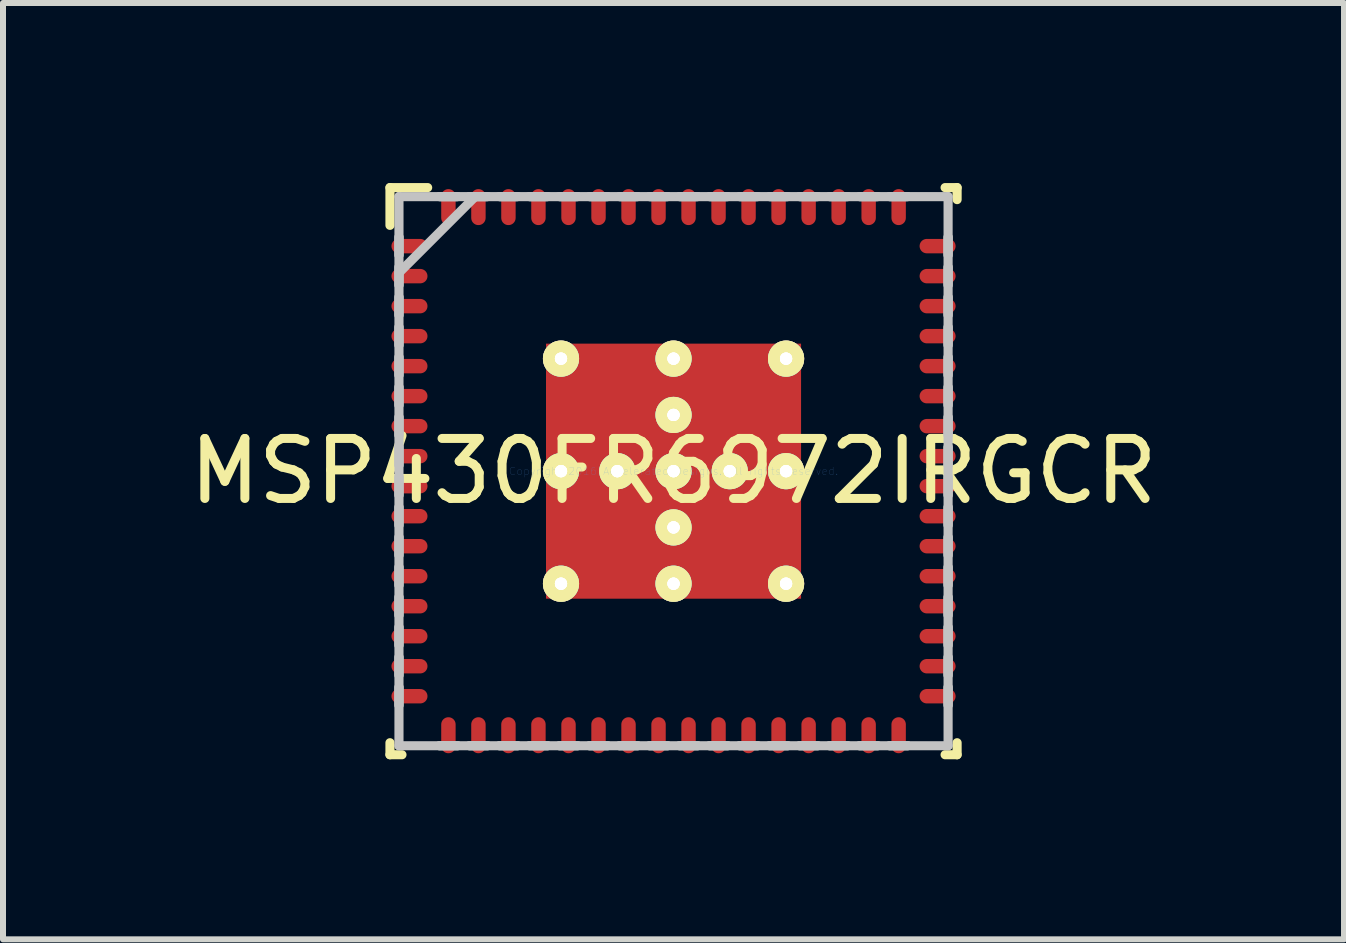
<source format=kicad_pcb>
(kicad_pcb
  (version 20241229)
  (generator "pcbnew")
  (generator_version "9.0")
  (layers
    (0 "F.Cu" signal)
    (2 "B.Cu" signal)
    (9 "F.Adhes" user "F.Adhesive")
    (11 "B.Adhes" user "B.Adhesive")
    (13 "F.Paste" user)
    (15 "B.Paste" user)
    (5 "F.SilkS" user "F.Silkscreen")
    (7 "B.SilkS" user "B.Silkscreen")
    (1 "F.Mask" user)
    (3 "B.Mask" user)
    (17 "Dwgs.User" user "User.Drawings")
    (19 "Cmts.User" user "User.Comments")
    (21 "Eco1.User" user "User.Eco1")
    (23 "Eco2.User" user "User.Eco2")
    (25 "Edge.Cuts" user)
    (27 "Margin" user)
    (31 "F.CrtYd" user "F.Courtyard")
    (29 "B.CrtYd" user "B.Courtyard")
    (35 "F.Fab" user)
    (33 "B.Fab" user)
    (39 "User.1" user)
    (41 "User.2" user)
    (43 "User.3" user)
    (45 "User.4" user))
  (footprint "MSP430FR6972IRGCR"
    (layer "F.Cu")
    (at 8.173 4.801)
    (property "Reference" "MSP430FR6972IRGCR" (at 0 0 0) (layer "F.SilkS") (effects (font (size 1 1) (thickness 0.15))))
    (attr through_hole)
    (fp_line (start -4.725 -4.725) (end -4.097 -4.725) (stroke (width 0.152) (type solid)) (layer "F.SilkS"))
    (fp_line (start -4.725 -4.096) (end -4.725 -4.725) (stroke (width 0.152) (type solid)) (layer "F.SilkS"))
    (fp_line (start -4.725 4.725) (end -4.725 4.525) (stroke (width 0.152) (type solid)) (layer "F.SilkS"))
    (fp_line (start -4.725 4.725) (end -4.525 4.725) (stroke (width 0.152) (type solid)) (layer "F.SilkS"))
    (fp_line (start 4.525 -4.725) (end 4.725 -4.725) (stroke (width 0.152) (type solid)) (layer "F.SilkS"))
    (fp_line (start 4.525 4.725) (end 4.725 4.725) (stroke (width 0.152) (type solid)) (layer "F.SilkS"))
    (fp_line (start 4.725 -4.525) (end 4.725 -4.725) (stroke (width 0.152) (type solid)) (layer "F.SilkS"))
    (fp_line (start 4.725 4.725) (end 4.725 4.525) (stroke (width 0.152) (type solid)) (layer "F.SilkS"))
    (fp_line (start -4.575 -4.575) (end 4.575 -4.575) (stroke (width 0.152) (type solid)) (layer "Dwgs.User"))
    (fp_line (start -4.575 -3.6) (end -4.575 -3.9) (stroke (width 0.152) (type solid)) (layer "Dwgs.User"))
    (fp_line (start -4.575 -3.6) (end -4.575 -3.9) (stroke (width 0.152) (type solid)) (layer "Dwgs.User"))
    (fp_line (start -4.575 -3.305) (end -3.305 -4.575) (stroke (width 0.152) (type solid)) (layer "Dwgs.User"))
    (fp_line (start -4.575 -3.1) (end -4.575 -3.4) (stroke (width 0.152) (type solid)) (layer "Dwgs.User"))
    (fp_line (start -4.575 -3.1) (end -4.575 -3.4) (stroke (width 0.152) (type solid)) (layer "Dwgs.User"))
    (fp_line (start -4.575 -2.6) (end -4.575 -2.9) (stroke (width 0.152) (type solid)) (layer "Dwgs.User"))
    (fp_line (start -4.575 -2.6) (end -4.575 -2.9) (stroke (width 0.152) (type solid)) (layer "Dwgs.User"))
    (fp_line (start -4.575 -2.1) (end -4.575 -2.4) (stroke (width 0.152) (type solid)) (layer "Dwgs.User"))
    (fp_line (start -4.575 -2.1) (end -4.575 -2.4) (stroke (width 0.152) (type solid)) (layer "Dwgs.User"))
    (fp_line (start -4.575 -1.6) (end -4.575 -1.9) (stroke (width 0.152) (type solid)) (layer "Dwgs.User"))
    (fp_line (start -4.575 -1.6) (end -4.575 -1.9) (stroke (width 0.152) (type solid)) (layer "Dwgs.User"))
    (fp_line (start -4.575 -1.1) (end -4.575 -1.4) (stroke (width 0.152) (type solid)) (layer "Dwgs.User"))
    (fp_line (start -4.575 -1.1) (end -4.575 -1.4) (stroke (width 0.152) (type solid)) (layer "Dwgs.User"))
    (fp_line (start -4.575 -0.6) (end -4.575 -0.9) (stroke (width 0.152) (type solid)) (layer "Dwgs.User"))
    (fp_line (start -4.575 -0.6) (end -4.575 -0.9) (stroke (width 0.152) (type solid)) (layer "Dwgs.User"))
    (fp_line (start -4.575 -0.1) (end -4.575 -0.4) (stroke (width 0.152) (type solid)) (layer "Dwgs.User"))
    (fp_line (start -4.575 -0.1) (end -4.575 -0.4) (stroke (width 0.152) (type solid)) (layer "Dwgs.User"))
    (fp_line (start -4.575 0.4) (end -4.575 0.1) (stroke (width 0.152) (type solid)) (layer "Dwgs.User"))
    (fp_line (start -4.575 0.4) (end -4.575 0.1) (stroke (width 0.152) (type solid)) (layer "Dwgs.User"))
    (fp_line (start -4.575 0.9) (end -4.575 0.6) (stroke (width 0.152) (type solid)) (layer "Dwgs.User"))
    (fp_line (start -4.575 0.9) (end -4.575 0.6) (stroke (width 0.152) (type solid)) (layer "Dwgs.User"))
    (fp_line (start -4.575 1.4) (end -4.575 1.1) (stroke (width 0.152) (type solid)) (layer "Dwgs.User"))
    (fp_line (start -4.575 1.4) (end -4.575 1.1) (stroke (width 0.152) (type solid)) (layer "Dwgs.User"))
    (fp_line (start -4.575 1.9) (end -4.575 1.6) (stroke (width 0.152) (type solid)) (layer "Dwgs.User"))
    (fp_line (start -4.575 1.9) (end -4.575 1.6) (stroke (width 0.152) (type solid)) (layer "Dwgs.User"))
    (fp_line (start -4.575 2.4) (end -4.575 2.1) (stroke (width 0.152) (type solid)) (layer "Dwgs.User"))
    (fp_line (start -4.575 2.4) (end -4.575 2.1) (stroke (width 0.152) (type solid)) (layer "Dwgs.User"))
    (fp_line (start -4.575 2.9) (end -4.575 2.6) (stroke (width 0.152) (type solid)) (layer "Dwgs.User"))
    (fp_line (start -4.575 2.9) (end -4.575 2.6) (stroke (width 0.152) (type solid)) (layer "Dwgs.User"))
    (fp_line (start -4.575 3.4) (end -4.575 3.1) (stroke (width 0.152) (type solid)) (layer "Dwgs.User"))
    (fp_line (start -4.575 3.4) (end -4.575 3.1) (stroke (width 0.152) (type solid)) (layer "Dwgs.User"))
    (fp_line (start -4.575 3.9) (end -4.575 3.6) (stroke (width 0.152) (type solid)) (layer "Dwgs.User"))
    (fp_line (start -4.575 3.9) (end -4.575 3.6) (stroke (width 0.152) (type solid)) (layer "Dwgs.User"))
    (fp_line (start -4.575 4.575) (end -4.575 -4.575) (stroke (width 0.152) (type solid)) (layer "Dwgs.User"))
    (fp_line (start -4.575 4.575) (end 4.575 4.575) (stroke (width 0.152) (type solid)) (layer "Dwgs.User"))
    (fp_line (start -3.9 -4.575) (end -3.6 -4.575) (stroke (width 0.152) (type solid)) (layer "Dwgs.User"))
    (fp_line (start -3.9 -4.575) (end -3.6 -4.575) (stroke (width 0.152) (type solid)) (layer "Dwgs.User"))
    (fp_line (start -3.9 4.575) (end -3.6 4.575) (stroke (width 0.152) (type solid)) (layer "Dwgs.User"))
    (fp_line (start -3.9 4.575) (end -3.6 4.575) (stroke (width 0.152) (type solid)) (layer "Dwgs.User"))
    (fp_line (start -3.4 -4.575) (end -3.1 -4.575) (stroke (width 0.152) (type solid)) (layer "Dwgs.User"))
    (fp_line (start -3.4 -4.575) (end -3.1 -4.575) (stroke (width 0.152) (type solid)) (layer "Dwgs.User"))
    (fp_line (start -3.4 4.575) (end -3.1 4.575) (stroke (width 0.152) (type solid)) (layer "Dwgs.User"))
    (fp_line (start -3.4 4.575) (end -3.1 4.575) (stroke (width 0.152) (type solid)) (layer "Dwgs.User"))
    (fp_line (start -2.9 -4.575) (end -2.6 -4.575) (stroke (width 0.152) (type solid)) (layer "Dwgs.User"))
    (fp_line (start -2.9 -4.575) (end -2.6 -4.575) (stroke (width 0.152) (type solid)) (layer "Dwgs.User"))
    (fp_line (start -2.9 4.575) (end -2.6 4.575) (stroke (width 0.152) (type solid)) (layer "Dwgs.User"))
    (fp_line (start -2.9 4.575) (end -2.6 4.575) (stroke (width 0.152) (type solid)) (layer "Dwgs.User"))
    (fp_line (start -2.4 -4.575) (end -2.1 -4.575) (stroke (width 0.152) (type solid)) (layer "Dwgs.User"))
    (fp_line (start -2.4 -4.575) (end -2.1 -4.575) (stroke (width 0.152) (type solid)) (layer "Dwgs.User"))
    (fp_line (start -2.4 4.575) (end -2.1 4.575) (stroke (width 0.152) (type solid)) (layer "Dwgs.User"))
    (fp_line (start -2.4 4.575) (end -2.1 4.575) (stroke (width 0.152) (type solid)) (layer "Dwgs.User"))
    (fp_line (start -1.9 4.575) (end -1.6 4.575) (stroke (width 0.152) (type solid)) (layer "Dwgs.User"))
    (fp_line (start -1.9 4.575) (end -1.6 4.575) (stroke (width 0.152) (type solid)) (layer "Dwgs.User"))
    (fp_line (start -1.9 -4.575) (end -1.6 -4.575) (stroke (width 0.152) (type solid)) (layer "Dwgs.User"))
    (fp_line (start -1.9 -4.575) (end -1.6 -4.575) (stroke (width 0.152) (type solid)) (layer "Dwgs.User"))
    (fp_line (start -1.4 -4.575) (end -1.1 -4.575) (stroke (width 0.152) (type solid)) (layer "Dwgs.User"))
    (fp_line (start -1.4 -4.575) (end -1.1 -4.575) (stroke (width 0.152) (type solid)) (layer "Dwgs.User"))
    (fp_line (start -1.4 4.575) (end -1.1 4.575) (stroke (width 0.152) (type solid)) (layer "Dwgs.User"))
    (fp_line (start -1.4 4.575) (end -1.1 4.575) (stroke (width 0.152) (type solid)) (layer "Dwgs.User"))
    (fp_line (start -0.9 -4.575) (end -0.6 -4.575) (stroke (width 0.152) (type solid)) (layer "Dwgs.User"))
    (fp_line (start -0.9 -4.575) (end -0.6 -4.575) (stroke (width 0.152) (type solid)) (layer "Dwgs.User"))
    (fp_line (start -0.9 4.575) (end -0.6 4.575) (stroke (width 0.152) (type solid)) (layer "Dwgs.User"))
    (fp_line (start -0.9 4.575) (end -0.6 4.575) (stroke (width 0.152) (type solid)) (layer "Dwgs.User"))
    (fp_line (start -0.4 -4.575) (end -0.1 -4.575) (stroke (width 0.152) (type solid)) (layer "Dwgs.User"))
    (fp_line (start -0.4 -4.575) (end -0.1 -4.575) (stroke (width 0.152) (type solid)) (layer "Dwgs.User"))
    (fp_line (start -0.4 4.575) (end -0.1 4.575) (stroke (width 0.152) (type solid)) (layer "Dwgs.User"))
    (fp_line (start -0.4 4.575) (end -0.1 4.575) (stroke (width 0.152) (type solid)) (layer "Dwgs.User"))
    (fp_line (start 0.1 -4.575) (end 0.4 -4.575) (stroke (width 0.152) (type solid)) (layer "Dwgs.User"))
    (fp_line (start 0.1 -4.575) (end 0.4 -4.575) (stroke (width 0.152) (type solid)) (layer "Dwgs.User"))
    (fp_line (start 0.1 4.575) (end 0.4 4.575) (stroke (width 0.152) (type solid)) (layer "Dwgs.User"))
    (fp_line (start 0.1 4.575) (end 0.4 4.575) (stroke (width 0.152) (type solid)) (layer "Dwgs.User"))
    (fp_line (start 0.6 4.575) (end 0.9 4.575) (stroke (width 0.152) (type solid)) (layer "Dwgs.User"))
    (fp_line (start 0.6 4.575) (end 0.9 4.575) (stroke (width 0.152) (type solid)) (layer "Dwgs.User"))
    (fp_line (start 0.6 -4.575) (end 0.9 -4.575) (stroke (width 0.152) (type solid)) (layer "Dwgs.User"))
    (fp_line (start 0.6 -4.575) (end 0.9 -4.575) (stroke (width 0.152) (type solid)) (layer "Dwgs.User"))
    (fp_line (start 1.1 -4.575) (end 1.4 -4.575) (stroke (width 0.152) (type solid)) (layer "Dwgs.User"))
    (fp_line (start 1.1 -4.575) (end 1.4 -4.575) (stroke (width 0.152) (type solid)) (layer "Dwgs.User"))
    (fp_line (start 1.1 4.575) (end 1.4 4.575) (stroke (width 0.152) (type solid)) (layer "Dwgs.User"))
    (fp_line (start 1.1 4.575) (end 1.4 4.575) (stroke (width 0.152) (type solid)) (layer "Dwgs.User"))
    (fp_line (start 1.6 -4.575) (end 1.9 -4.575) (stroke (width 0.152) (type solid)) (layer "Dwgs.User"))
    (fp_line (start 1.6 -4.575) (end 1.9 -4.575) (stroke (width 0.152) (type solid)) (layer "Dwgs.User"))
    (fp_line (start 1.6 4.575) (end 1.9 4.575) (stroke (width 0.152) (type solid)) (layer "Dwgs.User"))
    (fp_line (start 1.6 4.575) (end 1.9 4.575) (stroke (width 0.152) (type solid)) (layer "Dwgs.User"))
    (fp_line (start 2.1 -4.575) (end 2.4 -4.575) (stroke (width 0.152) (type solid)) (layer "Dwgs.User"))
    (fp_line (start 2.1 -4.575) (end 2.4 -4.575) (stroke (width 0.152) (type solid)) (layer "Dwgs.User"))
    (fp_line (start 2.1 4.575) (end 2.4 4.575) (stroke (width 0.152) (type solid)) (layer "Dwgs.User"))
    (fp_line (start 2.1 4.575) (end 2.4 4.575) (stroke (width 0.152) (type solid)) (layer "Dwgs.User"))
    (fp_line (start 2.6 -4.575) (end 2.9 -4.575) (stroke (width 0.152) (type solid)) (layer "Dwgs.User"))
    (fp_line (start 2.6 -4.575) (end 2.9 -4.575) (stroke (width 0.152) (type solid)) (layer "Dwgs.User"))
    (fp_line (start 2.6 4.575) (end 2.9 4.575) (stroke (width 0.152) (type solid)) (layer "Dwgs.User"))
    (fp_line (start 2.6 4.575) (end 2.9 4.575) (stroke (width 0.152) (type solid)) (layer "Dwgs.User"))
    (fp_line (start 3.1 4.575) (end 3.4 4.575) (stroke (width 0.152) (type solid)) (layer "Dwgs.User"))
    (fp_line (start 3.1 4.575) (end 3.4 4.575) (stroke (width 0.152) (type solid)) (layer "Dwgs.User"))
    (fp_line (start 3.1 -4.575) (end 3.4 -4.575) (stroke (width 0.152) (type solid)) (layer "Dwgs.User"))
    (fp_line (start 3.1 -4.575) (end 3.4 -4.575) (stroke (width 0.152) (type solid)) (layer "Dwgs.User"))
    (fp_line (start 3.6 -4.575) (end 3.9 -4.575) (stroke (width 0.152) (type solid)) (layer "Dwgs.User"))
    (fp_line (start 3.6 -4.575) (end 3.9 -4.575) (stroke (width 0.152) (type solid)) (layer "Dwgs.User"))
    (fp_line (start 3.6 4.575) (end 3.9 4.575) (stroke (width 0.152) (type solid)) (layer "Dwgs.User"))
    (fp_line (start 3.6 4.575) (end 3.9 4.575) (stroke (width 0.152) (type solid)) (layer "Dwgs.User"))
    (fp_line (start 4.575 -3.6) (end 4.575 -3.9) (stroke (width 0.152) (type solid)) (layer "Dwgs.User"))
    (fp_line (start 4.575 -3.6) (end 4.575 -3.9) (stroke (width 0.152) (type solid)) (layer "Dwgs.User"))
    (fp_line (start 4.575 -3.1) (end 4.575 -3.4) (stroke (width 0.152) (type solid)) (layer "Dwgs.User"))
    (fp_line (start 4.575 -3.1) (end 4.575 -3.4) (stroke (width 0.152) (type solid)) (layer "Dwgs.User"))
    (fp_line (start 4.575 -2.6) (end 4.575 -2.9) (stroke (width 0.152) (type solid)) (layer "Dwgs.User"))
    (fp_line (start 4.575 -2.6) (end 4.575 -2.9) (stroke (width 0.152) (type solid)) (layer "Dwgs.User"))
    (fp_line (start 4.575 -2.1) (end 4.575 -2.4) (stroke (width 0.152) (type solid)) (layer "Dwgs.User"))
    (fp_line (start 4.575 -2.1) (end 4.575 -2.4) (stroke (width 0.152) (type solid)) (layer "Dwgs.User"))
    (fp_line (start 4.575 -1.6) (end 4.575 -1.9) (stroke (width 0.152) (type solid)) (layer "Dwgs.User"))
    (fp_line (start 4.575 -1.6) (end 4.575 -1.9) (stroke (width 0.152) (type solid)) (layer "Dwgs.User"))
    (fp_line (start 4.575 -1.1) (end 4.575 -1.4) (stroke (width 0.152) (type solid)) (layer "Dwgs.User"))
    (fp_line (start 4.575 -1.1) (end 4.575 -1.4) (stroke (width 0.152) (type solid)) (layer "Dwgs.User"))
    (fp_line (start 4.575 -0.6) (end 4.575 -0.9) (stroke (width 0.152) (type solid)) (layer "Dwgs.User"))
    (fp_line (start 4.575 -0.6) (end 4.575 -0.9) (stroke (width 0.152) (type solid)) (layer "Dwgs.User"))
    (fp_line (start 4.575 -0.1) (end 4.575 -0.4) (stroke (width 0.152) (type solid)) (layer "Dwgs.User"))
    (fp_line (start 4.575 -0.1) (end 4.575 -0.4) (stroke (width 0.152) (type solid)) (layer "Dwgs.User"))
    (fp_line (start 4.575 0.4) (end 4.575 0.1) (stroke (width 0.152) (type solid)) (layer "Dwgs.User"))
    (fp_line (start 4.575 0.4) (end 4.575 0.1) (stroke (width 0.152) (type solid)) (layer "Dwgs.User"))
    (fp_line (start 4.575 0.9) (end 4.575 0.6) (stroke (width 0.152) (type solid)) (layer "Dwgs.User"))
    (fp_line (start 4.575 0.9) (end 4.575 0.6) (stroke (width 0.152) (type solid)) (layer "Dwgs.User"))
    (fp_line (start 4.575 1.4) (end 4.575 1.1) (stroke (width 0.152) (type solid)) (layer "Dwgs.User"))
    (fp_line (start 4.575 1.4) (end 4.575 1.1) (stroke (width 0.152) (type solid)) (layer "Dwgs.User"))
    (fp_line (start 4.575 1.9) (end 4.575 1.6) (stroke (width 0.152) (type solid)) (layer "Dwgs.User"))
    (fp_line (start 4.575 1.9) (end 4.575 1.6) (stroke (width 0.152) (type solid)) (layer "Dwgs.User"))
    (fp_line (start 4.575 2.4) (end 4.575 2.1) (stroke (width 0.152) (type solid)) (layer "Dwgs.User"))
    (fp_line (start 4.575 2.4) (end 4.575 2.1) (stroke (width 0.152) (type solid)) (layer "Dwgs.User"))
    (fp_line (start 4.575 2.9) (end 4.575 2.6) (stroke (width 0.152) (type solid)) (layer "Dwgs.User"))
    (fp_line (start 4.575 2.9) (end 4.575 2.6) (stroke (width 0.152) (type solid)) (layer "Dwgs.User"))
    (fp_line (start 4.575 3.4) (end 4.575 3.1) (stroke (width 0.152) (type solid)) (layer "Dwgs.User"))
    (fp_line (start 4.575 3.4) (end 4.575 3.1) (stroke (width 0.152) (type solid)) (layer "Dwgs.User"))
    (fp_line (start 4.575 3.9) (end 4.575 3.6) (stroke (width 0.152) (type solid)) (layer "Dwgs.User"))
    (fp_line (start 4.575 3.9) (end 4.575 3.6) (stroke (width 0.152) (type solid)) (layer "Dwgs.User"))
    (fp_line (start 4.575 4.575) (end 4.575 -4.575) (stroke (width 0.152) (type solid)) (layer "Dwgs.User"))
    (fp_text user "Copyright 2016 Accelerated Designs. All rights reserved." (at 0 0 0) (layer "Cmts.User") (effects (font (size 0.127 0.127) (thickness 0.002))))
    (pad "" smd oval (at -4.4 -3.75 90) (size 0.24 0.6) (layers "F.Paste"))
    (pad "" smd oval (at -4.4 -3.75 90) (size 0.38 0.74) (layers "F.Mask"))
    (pad "" smd oval (at -4.4 -3.25 90) (size 0.24 0.6) (layers "F.Paste"))
    (pad "" smd oval (at -4.4 -3.25 90) (size 0.38 0.74) (layers "F.Mask"))
    (pad "" smd oval (at -4.4 -2.75 90) (size 0.24 0.6) (layers "F.Paste"))
    (pad "" smd oval (at -4.4 -2.75 90) (size 0.38 0.74) (layers "F.Mask"))
    (pad "" smd oval (at -4.4 -2.25 90) (size 0.24 0.6) (layers "F.Paste"))
    (pad "" smd oval (at -4.4 -2.25 90) (size 0.38 0.74) (layers "F.Mask"))
    (pad "" smd oval (at -4.4 -1.75 90) (size 0.24 0.6) (layers "F.Paste"))
    (pad "" smd oval (at -4.4 -1.75 90) (size 0.38 0.74) (layers "F.Mask"))
    (pad "" smd oval (at -4.4 -1.25 90) (size 0.24 0.6) (layers "F.Paste"))
    (pad "" smd oval (at -4.4 -1.25 90) (size 0.38 0.74) (layers "F.Mask"))
    (pad "" smd oval (at -4.4 -0.75 90) (size 0.24 0.6) (layers "F.Paste"))
    (pad "" smd oval (at -4.4 -0.75 90) (size 0.38 0.74) (layers "F.Mask"))
    (pad "" smd oval (at -4.4 -0.25 90) (size 0.24 0.6) (layers "F.Paste"))
    (pad "" smd oval (at -4.4 -0.25 90) (size 0.38 0.74) (layers "F.Mask"))
    (pad "" smd oval (at -4.4 0.25 90) (size 0.24 0.6) (layers "F.Paste"))
    (pad "" smd oval (at -4.4 0.25 90) (size 0.38 0.74) (layers "F.Mask"))
    (pad "" smd oval (at -4.4 0.75 90) (size 0.24 0.6) (layers "F.Paste"))
    (pad "" smd oval (at -4.4 0.75 90) (size 0.38 0.74) (layers "F.Mask"))
    (pad "" smd oval (at -4.4 1.25 90) (size 0.24 0.6) (layers "F.Paste"))
    (pad "" smd oval (at -4.4 1.25 90) (size 0.38 0.74) (layers "F.Mask"))
    (pad "" smd oval (at -4.4 1.75 90) (size 0.24 0.6) (layers "F.Paste"))
    (pad "" smd oval (at -4.4 1.75 90) (size 0.38 0.74) (layers "F.Mask"))
    (pad "" smd oval (at -4.4 2.25 90) (size 0.24 0.6) (layers "F.Paste"))
    (pad "" smd oval (at -4.4 2.25 90) (size 0.38 0.74) (layers "F.Mask"))
    (pad "" smd oval (at -4.4 2.75 90) (size 0.24 0.6) (layers "F.Paste"))
    (pad "" smd oval (at -4.4 2.75 90) (size 0.38 0.74) (layers "F.Mask"))
    (pad "" smd oval (at -4.4 3.25 90) (size 0.24 0.6) (layers "F.Paste"))
    (pad "" smd oval (at -4.4 3.25 90) (size 0.38 0.74) (layers "F.Mask"))
    (pad "" smd oval (at -4.4 3.75 90) (size 0.24 0.6) (layers "F.Paste"))
    (pad "" smd oval (at -4.4 3.75 90) (size 0.38 0.74) (layers "F.Mask"))
    (pad "" smd oval (at -3.751 -4.4) (size 0.24 0.6) (layers "F.Paste"))
    (pad "" smd oval (at -3.751 -4.4) (size 0.38 0.74) (layers "F.Mask"))
    (pad "" smd oval (at -3.751 4.4) (size 0.24 0.6) (layers "F.Paste"))
    (pad "" smd oval (at -3.751 4.4) (size 0.38 0.74) (layers "F.Mask"))
    (pad "" smd oval (at -3.251 -4.4) (size 0.24 0.6) (layers "F.Paste"))
    (pad "" smd oval (at -3.251 -4.4) (size 0.38 0.74) (layers "F.Mask"))
    (pad "" smd oval (at -3.251 4.4) (size 0.24 0.6) (layers "F.Paste"))
    (pad "" smd oval (at -3.251 4.4) (size 0.38 0.74) (layers "F.Mask"))
    (pad "" smd oval (at -2.751 -4.4) (size 0.24 0.6) (layers "F.Paste"))
    (pad "" smd oval (at -2.751 -4.4) (size 0.38 0.74) (layers "F.Mask"))
    (pad "" smd oval (at -2.751 4.4) (size 0.24 0.6) (layers "F.Paste"))
    (pad "" smd oval (at -2.751 4.4) (size 0.38 0.74) (layers "F.Mask"))
    (pad "" smd oval (at -2.251 -4.4) (size 0.24 0.6) (layers "F.Paste"))
    (pad "" smd oval (at -2.251 -4.4) (size 0.38 0.74) (layers "F.Mask"))
    (pad "" smd oval (at -2.251 4.4) (size 0.24 0.6) (layers "F.Paste"))
    (pad "" smd oval (at -2.251 4.4) (size 0.38 0.74) (layers "F.Mask"))
    (pad "" thru_hole circle (at -1.875 -1.875) (size 0.602 0.602) (drill 0.203) (layers "*.Mask" "F.SilkS"))
    (pad "" thru_hole circle (at -1.875 -1.875) (size 0.602 0.602) (drill 0.203) (layers "*.Mask" "F.SilkS"))
    (pad "" thru_hole circle (at -1.875 0) (size 0.602 0.602) (drill 0.203) (layers "*.Mask" "F.SilkS"))
    (pad "" thru_hole circle (at -1.875 0) (size 0.602 0.602) (drill 0.203) (layers "*.Mask" "F.SilkS"))
    (pad "" thru_hole circle (at -1.875 1.875) (size 0.602 0.602) (drill 0.203) (layers "*.Mask" "F.SilkS"))
    (pad "" thru_hole circle (at -1.875 1.875) (size 0.602 0.602) (drill 0.203) (layers "*.Mask" "F.SilkS"))
    (pad "" smd oval (at -1.75 -4.4) (size 0.24 0.6) (layers "F.Paste"))
    (pad "" smd oval (at -1.75 -4.4) (size 0.38 0.74) (layers "F.Mask"))
    (pad "" smd oval (at -1.75 4.4) (size 0.24 0.6) (layers "F.Paste"))
    (pad "" smd oval (at -1.75 4.4) (size 0.38 0.74) (layers "F.Mask"))
    (pad "" smd oval (at -1.25 -4.4) (size 0.24 0.6) (layers "F.Paste"))
    (pad "" smd oval (at -1.25 -4.4) (size 0.38 0.74) (layers "F.Mask"))
    (pad "" smd oval (at -1.25 4.4) (size 0.24 0.6) (layers "F.Paste"))
    (pad "" smd oval (at -1.25 4.4) (size 0.38 0.74) (layers "F.Mask"))
    (pad "" thru_hole circle (at -0.937 0) (size 0.602 0.602) (drill 0.203) (layers "*.Mask" "F.SilkS"))
    (pad "" thru_hole circle (at -0.937 0) (size 0.602 0.602) (drill 0.203) (layers "*.Mask" "F.SilkS"))
    (pad "" smd oval (at -0.75 -4.4) (size 0.24 0.6) (layers "F.Paste"))
    (pad "" smd oval (at -0.75 -4.4) (size 0.38 0.74) (layers "F.Mask"))
    (pad "" smd oval (at -0.75 4.4) (size 0.24 0.6) (layers "F.Paste"))
    (pad "" smd oval (at -0.75 4.4) (size 0.38 0.74) (layers "F.Mask"))
    (pad "" smd oval (at -0.25 -4.4) (size 0.24 0.6) (layers "F.Paste"))
    (pad "" smd oval (at -0.25 -4.4) (size 0.38 0.74) (layers "F.Mask"))
    (pad "" smd oval (at -0.25 4.4) (size 0.24 0.6) (layers "F.Paste"))
    (pad "" smd oval (at -0.25 4.4) (size 0.38 0.74) (layers "F.Mask"))
    (pad "" thru_hole circle (at 0 -1.875) (size 0.602 0.602) (drill 0.203) (layers "*.Mask" "F.SilkS"))
    (pad "" thru_hole circle (at 0 -1.875) (size 0.602 0.602) (drill 0.203) (layers "*.Mask" "F.SilkS"))
    (pad "" thru_hole circle (at 0 -0.937) (size 0.602 0.602) (drill 0.203) (layers "*.Mask" "F.SilkS"))
    (pad "" thru_hole circle (at 0 -0.937) (size 0.602 0.602) (drill 0.203) (layers "*.Mask" "F.SilkS"))
    (pad "" smd rect (at 0 0) (size 0.025 0.025) (layers "F.Paste"))
    (pad "" thru_hole circle (at 0 0) (size 0.602 0.602) (drill 0.203) (layers "*.Mask" "F.SilkS"))
    (pad "" thru_hole circle (at 0 0) (size 0.602 0.602) (drill 0.203) (layers "*.Mask" "F.SilkS"))
    (pad "" smd rect (at 0 0) (size 4.352 4.352) (layers "F.Mask"))
    (pad "" thru_hole circle (at 0 0.937) (size 0.602 0.602) (drill 0.203) (layers "*.Mask" "F.SilkS"))
    (pad "" thru_hole circle (at 0 0.937) (size 0.602 0.602) (drill 0.203) (layers "*.Mask" "F.SilkS"))
    (pad "" thru_hole circle (at 0 1.875) (size 0.602 0.602) (drill 0.203) (layers "*.Mask" "F.SilkS"))
    (pad "" thru_hole circle (at 0 1.875) (size 0.602 0.602) (drill 0.203) (layers "*.Mask" "F.SilkS"))
    (pad "" smd oval (at 0.25 -4.4) (size 0.24 0.6) (layers "F.Paste"))
    (pad "" smd oval (at 0.25 -4.4) (size 0.38 0.74) (layers "F.Mask"))
    (pad "" smd oval (at 0.25 4.4) (size 0.24 0.6) (layers "F.Paste"))
    (pad "" smd oval (at 0.25 4.4) (size 0.38 0.74) (layers "F.Mask"))
    (pad "" smd oval (at 0.75 -4.4) (size 0.24 0.6) (layers "F.Paste"))
    (pad "" smd oval (at 0.75 -4.4) (size 0.38 0.74) (layers "F.Mask"))
    (pad "" smd oval (at 0.75 4.4) (size 0.24 0.6) (layers "F.Paste"))
    (pad "" smd oval (at 0.75 4.4) (size 0.38 0.74) (layers "F.Mask"))
    (pad "" thru_hole circle (at 0.937 0) (size 0.602 0.602) (drill 0.203) (layers "*.Mask" "F.SilkS"))
    (pad "" thru_hole circle (at 0.937 0) (size 0.602 0.602) (drill 0.203) (layers "*.Mask" "F.SilkS"))
    (pad "" smd oval (at 1.25 -4.4) (size 0.24 0.6) (layers "F.Paste"))
    (pad "" smd oval (at 1.25 -4.4) (size 0.38 0.74) (layers "F.Mask"))
    (pad "" smd oval (at 1.25 4.4) (size 0.24 0.6) (layers "F.Paste"))
    (pad "" smd oval (at 1.25 4.4) (size 0.38 0.74) (layers "F.Mask"))
    (pad "" smd oval (at 1.75 -4.4) (size 0.24 0.6) (layers "F.Paste"))
    (pad "" smd oval (at 1.75 -4.4) (size 0.38 0.74) (layers "F.Mask"))
    (pad "" smd oval (at 1.75 4.4) (size 0.24 0.6) (layers "F.Paste"))
    (pad "" smd oval (at 1.75 4.4) (size 0.38 0.74) (layers "F.Mask"))
    (pad "" thru_hole circle (at 1.875 -1.875) (size 0.602 0.602) (drill 0.203) (layers "*.Mask" "F.SilkS"))
    (pad "" thru_hole circle (at 1.875 -1.875) (size 0.602 0.602) (drill 0.203) (layers "*.Mask" "F.SilkS"))
    (pad "" thru_hole circle (at 1.875 0) (size 0.602 0.602) (drill 0.203) (layers "*.Mask" "F.SilkS"))
    (pad "" thru_hole circle (at 1.875 0) (size 0.602 0.602) (drill 0.203) (layers "*.Mask" "F.SilkS"))
    (pad "" thru_hole circle (at 1.875 1.875) (size 0.602 0.602) (drill 0.203) (layers "*.Mask" "F.SilkS"))
    (pad "" thru_hole circle (at 1.875 1.875) (size 0.602 0.602) (drill 0.203) (layers "*.Mask" "F.SilkS"))
    (pad "" smd oval (at 2.251 -4.4) (size 0.24 0.6) (layers "F.Paste"))
    (pad "" smd oval (at 2.251 -4.4) (size 0.38 0.74) (layers "F.Mask"))
    (pad "" smd oval (at 2.251 4.4) (size 0.24 0.6) (layers "F.Paste"))
    (pad "" smd oval (at 2.251 4.4) (size 0.38 0.74) (layers "F.Mask"))
    (pad "" smd oval (at 2.751 -4.4) (size 0.24 0.6) (layers "F.Paste"))
    (pad "" smd oval (at 2.751 -4.4) (size 0.38 0.74) (layers "F.Mask"))
    (pad "" smd oval (at 2.751 4.4) (size 0.24 0.6) (layers "F.Paste"))
    (pad "" smd oval (at 2.751 4.4) (size 0.38 0.74) (layers "F.Mask"))
    (pad "" smd oval (at 3.251 -4.4) (size 0.24 0.6) (layers "F.Paste"))
    (pad "" smd oval (at 3.251 -4.4) (size 0.38 0.74) (layers "F.Mask"))
    (pad "" smd oval (at 3.251 4.4) (size 0.24 0.6) (layers "F.Paste"))
    (pad "" smd oval (at 3.251 4.4) (size 0.38 0.74) (layers "F.Mask"))
    (pad "" smd oval (at 3.751 -4.4) (size 0.24 0.6) (layers "F.Paste"))
    (pad "" smd oval (at 3.751 -4.4) (size 0.38 0.74) (layers "F.Mask"))
    (pad "" smd oval (at 3.751 4.4) (size 0.24 0.6) (layers "F.Paste"))
    (pad "" smd oval (at 3.751 4.4) (size 0.38 0.74) (layers "F.Mask"))
    (pad "" smd oval (at 4.4 -3.75 90) (size 0.24 0.6) (layers "F.Paste"))
    (pad "" smd oval (at 4.4 -3.75 90) (size 0.38 0.74) (layers "F.Mask"))
    (pad "" smd oval (at 4.4 -3.25 90) (size 0.24 0.6) (layers "F.Paste"))
    (pad "" smd oval (at 4.4 -3.25 90) (size 0.38 0.74) (layers "F.Mask"))
    (pad "" smd oval (at 4.4 -2.75 90) (size 0.24 0.6) (layers "F.Paste"))
    (pad "" smd oval (at 4.4 -2.75 90) (size 0.38 0.74) (layers "F.Mask"))
    (pad "" smd oval (at 4.4 -2.25 90) (size 0.24 0.6) (layers "F.Paste"))
    (pad "" smd oval (at 4.4 -2.25 90) (size 0.38 0.74) (layers "F.Mask"))
    (pad "" smd oval (at 4.4 -1.75 90) (size 0.24 0.6) (layers "F.Paste"))
    (pad "" smd oval (at 4.4 -1.75 90) (size 0.38 0.74) (layers "F.Mask"))
    (pad "" smd oval (at 4.4 -1.25 90) (size 0.24 0.6) (layers "F.Paste"))
    (pad "" smd oval (at 4.4 -1.25 90) (size 0.38 0.74) (layers "F.Mask"))
    (pad "" smd oval (at 4.4 -0.75 90) (size 0.24 0.6) (layers "F.Paste"))
    (pad "" smd oval (at 4.4 -0.75 90) (size 0.38 0.74) (layers "F.Mask"))
    (pad "" smd oval (at 4.4 -0.25 90) (size 0.24 0.6) (layers "F.Paste"))
    (pad "" smd oval (at 4.4 -0.25 90) (size 0.38 0.74) (layers "F.Mask"))
    (pad "" smd oval (at 4.4 0.25 90) (size 0.24 0.6) (layers "F.Paste"))
    (pad "" smd oval (at 4.4 0.25 90) (size 0.38 0.74) (layers "F.Mask"))
    (pad "" smd oval (at 4.4 0.75 90) (size 0.24 0.6) (layers "F.Paste"))
    (pad "" smd oval (at 4.4 0.75 90) (size 0.38 0.74) (layers "F.Mask"))
    (pad "" smd oval (at 4.4 1.25 90) (size 0.24 0.6) (layers "F.Paste"))
    (pad "" smd oval (at 4.4 1.25 90) (size 0.38 0.74) (layers "F.Mask"))
    (pad "" smd oval (at 4.4 1.75 90) (size 0.24 0.6) (layers "F.Paste"))
    (pad "" smd oval (at 4.4 1.75 90) (size 0.38 0.74) (layers "F.Mask"))
    (pad "" smd oval (at 4.4 2.25 90) (size 0.24 0.6) (layers "F.Paste"))
    (pad "" smd oval (at 4.4 2.25 90) (size 0.38 0.74) (layers "F.Mask"))
    (pad "" smd oval (at 4.4 2.75 90) (size 0.24 0.6) (layers "F.Paste"))
    (pad "" smd oval (at 4.4 2.75 90) (size 0.38 0.74) (layers "F.Mask"))
    (pad "" smd oval (at 4.4 3.25 90) (size 0.24 0.6) (layers "F.Paste"))
    (pad "" smd oval (at 4.4 3.25 90) (size 0.38 0.74) (layers "F.Mask"))
    (pad "" smd oval (at 4.4 3.75 90) (size 0.24 0.6) (layers "F.Paste"))
    (pad "" smd oval (at 4.4 3.75 90) (size 0.38 0.74) (layers "F.Mask"))
    (pad "1" smd oval (at -4.4 -3.75 90) (size 0.24 0.6) (layers "F.Cu"))
    (pad "2" smd oval (at -4.4 -3.25 90) (size 0.24 0.6) (layers "F.Cu"))
    (pad "3" smd oval (at -4.4 -2.75 90) (size 0.24 0.6) (layers "F.Cu"))
    (pad "4" smd oval (at -4.4 -2.25 90) (size 0.24 0.6) (layers "F.Cu"))
    (pad "5" smd oval (at -4.4 -1.75 90) (size 0.24 0.6) (layers "F.Cu"))
    (pad "6" smd oval (at -4.4 -1.25 90) (size 0.24 0.6) (layers "F.Cu"))
    (pad "7" smd oval (at -4.4 -0.75 90) (size 0.24 0.6) (layers "F.Cu"))
    (pad "8" smd oval (at -4.4 -0.25 90) (size 0.24 0.6) (layers "F.Cu"))
    (pad "9" smd oval (at -4.4 0.25 90) (size 0.24 0.6) (layers "F.Cu"))
    (pad "10" smd oval (at -4.4 0.75 90) (size 0.24 0.6) (layers "F.Cu"))
    (pad "11" smd oval (at -4.4 1.25 90) (size 0.24 0.6) (layers "F.Cu"))
    (pad "12" smd oval (at -4.4 1.75 90) (size 0.24 0.6) (layers "F.Cu"))
    (pad "13" smd oval (at -4.4 2.25 90) (size 0.24 0.6) (layers "F.Cu"))
    (pad "14" smd oval (at -4.4 2.75 90) (size 0.24 0.6) (layers "F.Cu"))
    (pad "15" smd oval (at -4.4 3.25 90) (size 0.24 0.6) (layers "F.Cu"))
    (pad "16" smd oval (at -4.4 3.75 90) (size 0.24 0.6) (layers "F.Cu"))
    (pad "17" smd oval (at -3.751 4.4) (size 0.24 0.6) (layers "F.Cu"))
    (pad "18" smd oval (at -3.251 4.4) (size 0.24 0.6) (layers "F.Cu"))
    (pad "19" smd oval (at -2.751 4.4) (size 0.24 0.6) (layers "F.Cu"))
    (pad "20" smd oval (at -2.251 4.4) (size 0.24 0.6) (layers "F.Cu"))
    (pad "21" smd oval (at -1.75 4.4) (size 0.24 0.6) (layers "F.Cu"))
    (pad "22" smd oval (at -1.25 4.4) (size 0.24 0.6) (layers "F.Cu"))
    (pad "23" smd oval (at -0.75 4.4) (size 0.24 0.6) (layers "F.Cu"))
    (pad "24" smd oval (at -0.25 4.4) (size 0.24 0.6) (layers "F.Cu"))
    (pad "25" smd oval (at 0.25 4.4) (size 0.24 0.6) (layers "F.Cu"))
    (pad "26" smd oval (at 0.75 4.4) (size 0.24 0.6) (layers "F.Cu"))
    (pad "27" smd oval (at 1.25 4.4) (size 0.24 0.6) (layers "F.Cu"))
    (pad "28" smd oval (at 1.75 4.4) (size 0.24 0.6) (layers "F.Cu"))
    (pad "29" smd oval (at 2.251 4.4) (size 0.24 0.6) (layers "F.Cu"))
    (pad "30" smd oval (at 2.751 4.4) (size 0.24 0.6) (layers "F.Cu"))
    (pad "31" smd oval (at 3.251 4.4) (size 0.24 0.6) (layers "F.Cu"))
    (pad "32" smd oval (at 3.751 4.4) (size 0.24 0.6) (layers "F.Cu"))
    (pad "33" smd oval (at 4.4 3.75 90) (size 0.24 0.6) (layers "F.Cu"))
    (pad "34" smd oval (at 4.4 3.25 90) (size 0.24 0.6) (layers "F.Cu"))
    (pad "35" smd oval (at 4.4 2.75 90) (size 0.24 0.6) (layers "F.Cu"))
    (pad "36" smd oval (at 4.4 2.25 90) (size 0.24 0.6) (layers "F.Cu"))
    (pad "37" smd oval (at 4.4 1.75 90) (size 0.24 0.6) (layers "F.Cu"))
    (pad "38" smd oval (at 4.4 1.25 90) (size 0.24 0.6) (layers "F.Cu"))
    (pad "39" smd oval (at 4.4 0.75 90) (size 0.24 0.6) (layers "F.Cu"))
    (pad "40" smd oval (at 4.4 0.25 90) (size 0.24 0.6) (layers "F.Cu"))
    (pad "41" smd oval (at 4.4 -0.25 90) (size 0.24 0.6) (layers "F.Cu"))
    (pad "42" smd oval (at 4.4 -0.75 90) (size 0.24 0.6) (layers "F.Cu"))
    (pad "43" smd oval (at 4.4 -1.25 90) (size 0.24 0.6) (layers "F.Cu"))
    (pad "44" smd oval (at 4.4 -1.75 90) (size 0.24 0.6) (layers "F.Cu"))
    (pad "45" smd oval (at 4.4 -2.25 90) (size 0.24 0.6) (layers "F.Cu"))
    (pad "46" smd oval (at 4.4 -2.75 90) (size 0.24 0.6) (layers "F.Cu"))
    (pad "47" smd oval (at 4.4 -3.25 90) (size 0.24 0.6) (layers "F.Cu"))
    (pad "48" smd oval (at 4.4 -3.75 90) (size 0.24 0.6) (layers "F.Cu"))
    (pad "49" smd oval (at 3.751 -4.4) (size 0.24 0.6) (layers "F.Cu"))
    (pad "50" smd oval (at 3.251 -4.4) (size 0.24 0.6) (layers "F.Cu"))
    (pad "51" smd oval (at 2.751 -4.4) (size 0.24 0.6) (layers "F.Cu"))
    (pad "52" smd oval (at 2.251 -4.4) (size 0.24 0.6) (layers "F.Cu"))
    (pad "53" smd oval (at 1.75 -4.4) (size 0.24 0.6) (layers "F.Cu"))
    (pad "54" smd oval (at 1.25 -4.4) (size 0.24 0.6) (layers "F.Cu"))
    (pad "55" smd oval (at 0.75 -4.4) (size 0.24 0.6) (layers "F.Cu"))
    (pad "56" smd oval (at 0.25 -4.4) (size 0.24 0.6) (layers "F.Cu"))
    (pad "57" smd oval (at -0.25 -4.4) (size 0.24 0.6) (layers "F.Cu"))
    (pad "58" smd oval (at -0.75 -4.4) (size 0.24 0.6) (layers "F.Cu"))
    (pad "59" smd oval (at -1.25 -4.4) (size 0.24 0.6) (layers "F.Cu"))
    (pad "60" smd oval (at -1.75 -4.4) (size 0.24 0.6) (layers "F.Cu"))
    (pad "61" smd oval (at -2.251 -4.4) (size 0.24 0.6) (layers "F.Cu"))
    (pad "62" smd oval (at -2.751 -4.4) (size 0.24 0.6) (layers "F.Cu"))
    (pad "63" smd oval (at -3.251 -4.4) (size 0.24 0.6) (layers "F.Cu"))
    (pad "64" smd oval (at -3.751 -4.4) (size 0.24 0.6) (layers "F.Cu"))
    (pad "65" smd rect (at 0 0) (size 4.25 4.25) (layers "F.Cu"))
    (pad "V1" thru_hole circle (at -1.875 -1.875) (size 0.5 0.5) (drill 0.203) (layers "*.Cu" "F.SilkS"))
    (pad "V1" thru_hole circle (at -1.875 -1.875) (size 0.5 0.5) (drill 0.203) (layers "*.Cu" "F.SilkS"))
    (pad "V2" thru_hole circle (at 0 -1.875) (size 0.5 0.5) (drill 0.203) (layers "*.Cu" "F.SilkS"))
    (pad "V2" thru_hole circle (at 0 -1.875) (size 0.5 0.5) (drill 0.203) (layers "*.Cu" "F.SilkS"))
    (pad "V3" thru_hole circle (at 1.875 -1.875) (size 0.5 0.5) (drill 0.203) (layers "*.Cu" "F.SilkS"))
    (pad "V3" thru_hole circle (at 1.875 -1.875) (size 0.5 0.5) (drill 0.203) (layers "*.Cu" "F.SilkS"))
    (pad "V4" thru_hole circle (at 0 -0.937) (size 0.5 0.5) (drill 0.203) (layers "*.Cu" "F.SilkS"))
    (pad "V4" thru_hole circle (at 0 -0.937) (size 0.5 0.5) (drill 0.203) (layers "*.Cu" "F.SilkS"))
    (pad "V5" thru_hole circle (at -1.875 0) (size 0.5 0.5) (drill 0.203) (layers "*.Cu" "F.SilkS"))
    (pad "V5" thru_hole circle (at -1.875 0) (size 0.5 0.5) (drill 0.203) (layers "*.Cu" "F.SilkS"))
    (pad "V6" thru_hole circle (at -0.937 0) (size 0.5 0.5) (drill 0.203) (layers "*.Cu" "F.SilkS"))
    (pad "V6" thru_hole circle (at -0.937 0) (size 0.5 0.5) (drill 0.203) (layers "*.Cu" "F.SilkS"))
    (pad "V7" thru_hole circle (at 0 0) (size 0.5 0.5) (drill 0.203) (layers "*.Cu" "F.SilkS"))
    (pad "V7" thru_hole circle (at 0 0) (size 0.5 0.5) (drill 0.203) (layers "*.Cu" "F.SilkS"))
    (pad "V8" thru_hole circle (at 0.937 0) (size 0.5 0.5) (drill 0.203) (layers "*.Cu" "F.SilkS"))
    (pad "V8" thru_hole circle (at 0.937 0) (size 0.5 0.5) (drill 0.203) (layers "*.Cu" "F.SilkS"))
    (pad "V9" thru_hole circle (at 1.875 0) (size 0.5 0.5) (drill 0.203) (layers "*.Cu" "F.SilkS"))
    (pad "V9" thru_hole circle (at 1.875 0) (size 0.5 0.5) (drill 0.203) (layers "*.Cu" "F.SilkS"))
    (pad "V10" thru_hole circle (at 0 0.937) (size 0.5 0.5) (drill 0.203) (layers "*.Cu" "F.SilkS"))
    (pad "V10" thru_hole circle (at 0 0.937) (size 0.5 0.5) (drill 0.203) (layers "*.Cu" "F.SilkS"))
    (pad "V11" thru_hole circle (at -1.875 1.875) (size 0.5 0.5) (drill 0.203) (layers "*.Cu" "F.SilkS"))
    (pad "V11" thru_hole circle (at -1.875 1.875) (size 0.5 0.5) (drill 0.203) (layers "*.Cu" "F.SilkS"))
    (pad "V12" thru_hole circle (at 0 1.875) (size 0.5 0.5) (drill 0.203) (layers "*.Cu" "F.SilkS"))
    (pad "V12" thru_hole circle (at 0 1.875) (size 0.5 0.5) (drill 0.203) (layers "*.Cu" "F.SilkS"))
    (pad "V13" thru_hole circle (at 1.875 1.875) (size 0.5 0.5) (drill 0.203) (layers "*.Cu" "F.SilkS"))
    (pad "V13" thru_hole circle (at 1.875 1.875) (size 0.5 0.5) (drill 0.203) (layers "*.Cu" "F.SilkS")))
  (gr_rect
    (start -3 -3)
    (end 19.345 12.602)
    (stroke (width 0.1) (type default))
    (fill no)
    (layer "Edge.Cuts")))
</source>
